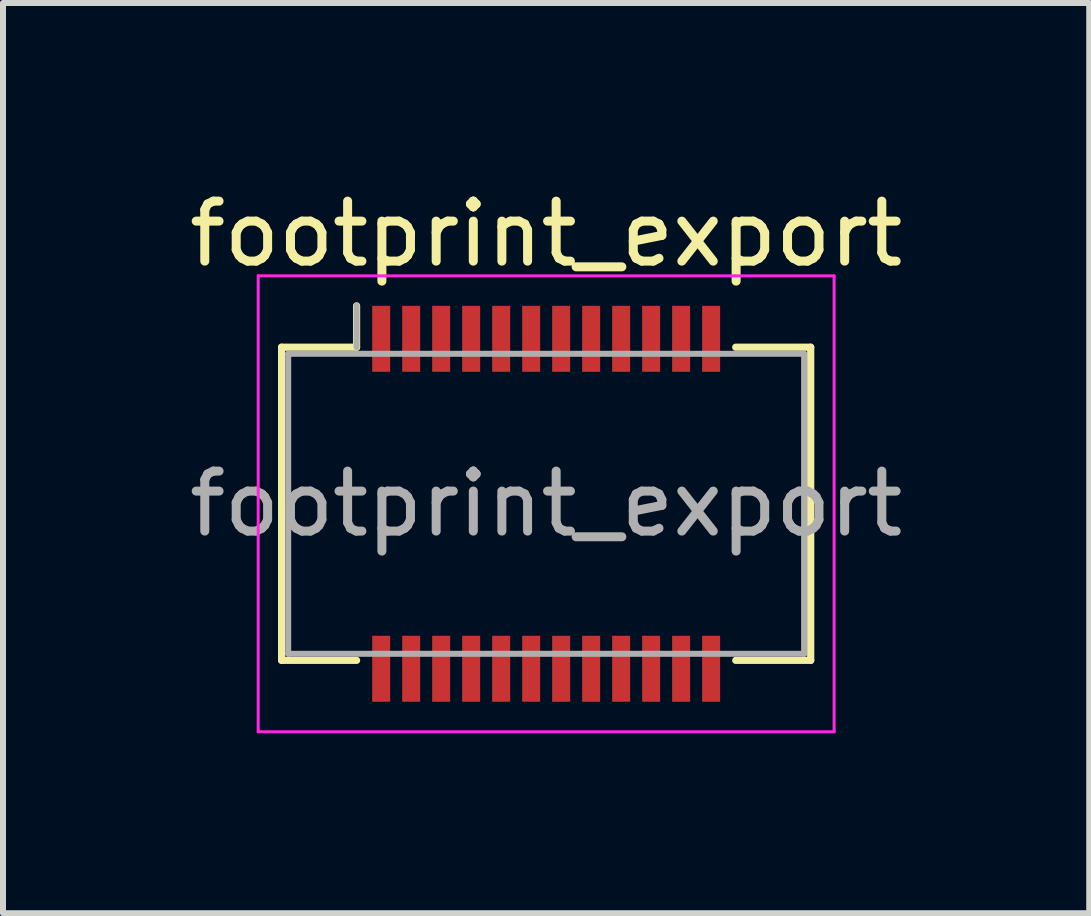
<source format=kicad_pcb>
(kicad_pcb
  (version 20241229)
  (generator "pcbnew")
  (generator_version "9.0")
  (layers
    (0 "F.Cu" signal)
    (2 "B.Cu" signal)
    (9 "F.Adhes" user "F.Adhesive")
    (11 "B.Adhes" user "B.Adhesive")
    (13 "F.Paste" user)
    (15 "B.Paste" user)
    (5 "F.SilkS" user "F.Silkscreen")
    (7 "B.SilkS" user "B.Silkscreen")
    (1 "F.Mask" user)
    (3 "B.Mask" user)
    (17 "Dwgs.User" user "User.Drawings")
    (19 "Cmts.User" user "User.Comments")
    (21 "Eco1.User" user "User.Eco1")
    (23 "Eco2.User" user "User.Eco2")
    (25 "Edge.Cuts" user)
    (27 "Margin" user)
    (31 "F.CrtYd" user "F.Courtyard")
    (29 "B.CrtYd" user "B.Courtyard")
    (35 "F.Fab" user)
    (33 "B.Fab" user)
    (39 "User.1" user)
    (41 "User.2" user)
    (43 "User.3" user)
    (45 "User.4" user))
  (footprint "footprint_export"
    (layer "F.Cu")
    (at 6.054 5.348)
    (property "Reference" "footprint_export" (at 0 -4.5 0) (layer "F.SilkS") (effects (font (size 1 1) (thickness 0.15))))
    (attr smd)
    (fp_line (start -4.41 -2.61) (end -3.16 -2.61) (stroke (width 0.12) (type solid)) (layer "F.SilkS"))
    (fp_line (start -4.41 2.61) (end -4.41 -2.61) (stroke (width 0.12) (type solid)) (layer "F.SilkS"))
    (fp_line (start -3.16 -2.61) (end -3.16 -3.3) (stroke (width 0.12) (type solid)) (layer "F.SilkS"))
    (fp_line (start -3.16 2.61) (end -4.41 2.61) (stroke (width 0.12) (type solid)) (layer "F.SilkS"))
    (fp_line (start 3.16 2.61) (end 4.41 2.61) (stroke (width 0.12) (type solid)) (layer "F.SilkS"))
    (fp_line (start 4.41 -2.61) (end 3.16 -2.61) (stroke (width 0.12) (type solid)) (layer "F.SilkS"))
    (fp_line (start 4.41 2.61) (end 4.41 -2.61) (stroke (width 0.12) (type solid)) (layer "F.SilkS"))
    (fp_line (start -4.8 -3.8) (end -4.8 3.8) (stroke (width 0.05) (type solid)) (layer "F.CrtYd"))
    (fp_line (start -4.8 3.8) (end 4.8 3.8) (stroke (width 0.05) (type solid)) (layer "F.CrtYd"))
    (fp_line (start 4.8 -3.8) (end -4.8 -3.8) (stroke (width 0.05) (type solid)) (layer "F.CrtYd"))
    (fp_line (start 4.8 3.8) (end 4.8 -3.8) (stroke (width 0.05) (type solid)) (layer "F.CrtYd"))
    (fp_line (start -4.3 -2.5) (end -4.3 2.5) (stroke (width 0.1) (type solid)) (layer "F.Fab"))
    (fp_line (start -4.3 2.5) (end 4.3 2.5) (stroke (width 0.1) (type solid)) (layer "F.Fab"))
    (fp_line (start -3.16 -2.61) (end -3.16 -3.3) (stroke (width 0.1) (type solid)) (layer "F.Fab"))
    (fp_line (start 4.3 -2.5) (end -4.3 -2.5) (stroke (width 0.1) (type solid)) (layer "F.Fab"))
    (fp_line (start 4.3 2.5) (end 4.3 -2.5) (stroke (width 0.1) (type solid)) (layer "F.Fab"))
    (fp_text user "${REFERENCE}" (at 0 0 0) (layer "F.Fab") (effects (font (size 1 1) (thickness 0.15))))
    (pad "1" smd rect (at -2.75 -2.75) (size 0.3 1.1) (layers "F.Cu" "F.Mask" "F.Paste"))
    (pad "2" smd rect (at -2.75 2.75) (size 0.3 1.1) (layers "F.Cu" "F.Mask" "F.Paste"))
    (pad "3" smd rect (at -2.25 -2.75) (size 0.3 1.1) (layers "F.Cu" "F.Mask" "F.Paste"))
    (pad "4" smd rect (at -2.25 2.75) (size 0.3 1.1) (layers "F.Cu" "F.Mask" "F.Paste"))
    (pad "5" smd rect (at -1.75 -2.75) (size 0.3 1.1) (layers "F.Cu" "F.Mask" "F.Paste"))
    (pad "6" smd rect (at -1.75 2.75) (size 0.3 1.1) (layers "F.Cu" "F.Mask" "F.Paste"))
    (pad "7" smd rect (at -1.25 -2.75) (size 0.3 1.1) (layers "F.Cu" "F.Mask" "F.Paste"))
    (pad "8" smd rect (at -1.25 2.75) (size 0.3 1.1) (layers "F.Cu" "F.Mask" "F.Paste"))
    (pad "9" smd rect (at -0.75 -2.75) (size 0.3 1.1) (layers "F.Cu" "F.Mask" "F.Paste"))
    (pad "10" smd rect (at -0.75 2.75) (size 0.3 1.1) (layers "F.Cu" "F.Mask" "F.Paste"))
    (pad "11" smd rect (at -0.25 -2.75) (size 0.3 1.1) (layers "F.Cu" "F.Mask" "F.Paste"))
    (pad "12" smd rect (at -0.25 2.75) (size 0.3 1.1) (layers "F.Cu" "F.Mask" "F.Paste"))
    (pad "13" smd rect (at 0.25 -2.75) (size 0.3 1.1) (layers "F.Cu" "F.Mask" "F.Paste"))
    (pad "14" smd rect (at 0.25 2.75) (size 0.3 1.1) (layers "F.Cu" "F.Mask" "F.Paste"))
    (pad "15" smd rect (at 0.75 -2.75) (size 0.3 1.1) (layers "F.Cu" "F.Mask" "F.Paste"))
    (pad "16" smd rect (at 0.75 2.75) (size 0.3 1.1) (layers "F.Cu" "F.Mask" "F.Paste"))
    (pad "17" smd rect (at 1.25 -2.75) (size 0.3 1.1) (layers "F.Cu" "F.Mask" "F.Paste"))
    (pad "18" smd rect (at 1.25 2.75) (size 0.3 1.1) (layers "F.Cu" "F.Mask" "F.Paste"))
    (pad "19" smd rect (at 1.75 -2.75) (size 0.3 1.1) (layers "F.Cu" "F.Mask" "F.Paste"))
    (pad "20" smd rect (at 1.75 2.75) (size 0.3 1.1) (layers "F.Cu" "F.Mask" "F.Paste"))
    (pad "21" smd rect (at 2.25 -2.75) (size 0.3 1.1) (layers "F.Cu" "F.Mask" "F.Paste"))
    (pad "22" smd rect (at 2.25 2.75) (size 0.3 1.1) (layers "F.Cu" "F.Mask" "F.Paste"))
    (pad "23" smd rect (at 2.75 -2.75) (size 0.3 1.1) (layers "F.Cu" "F.Mask" "F.Paste"))
    (pad "24" smd rect (at 2.75 2.75) (size 0.3 1.1) (layers "F.Cu" "F.Mask" "F.Paste")))
  (gr_rect
    (start -3 -3)
    (end 15.107 12.173)
    (stroke (width 0.1) (type default))
    (fill no)
    (layer "Edge.Cuts")))
</source>
